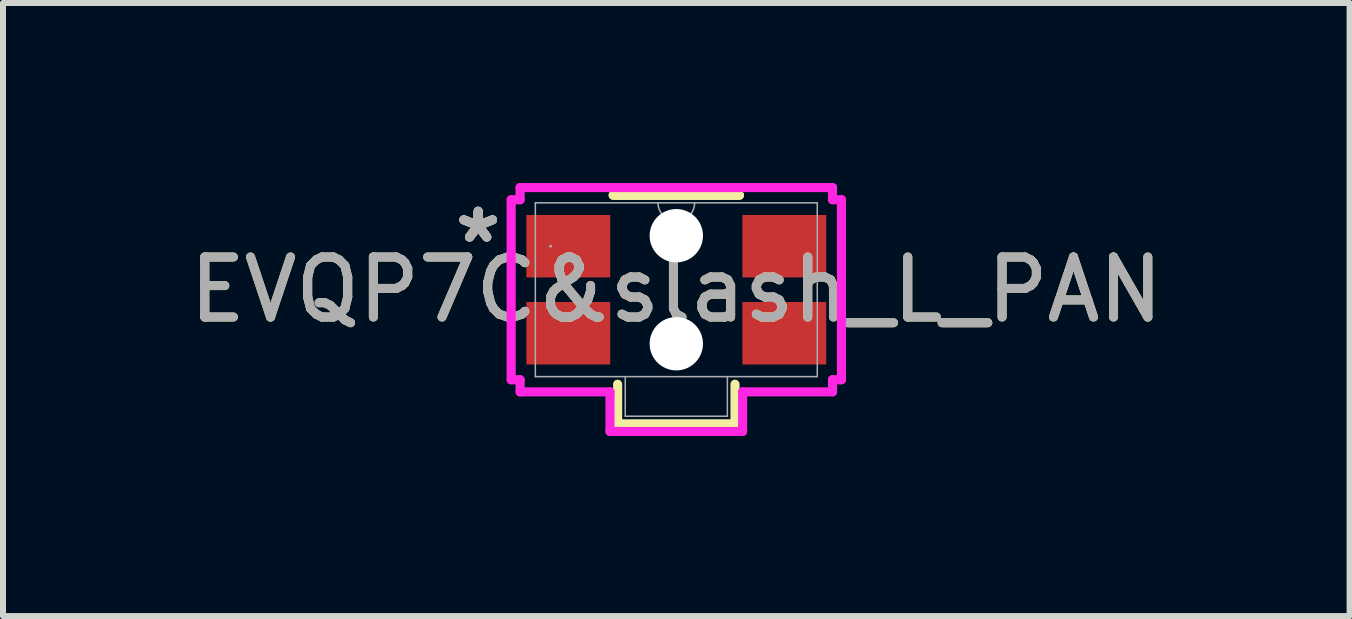
<source format=kicad_pcb>
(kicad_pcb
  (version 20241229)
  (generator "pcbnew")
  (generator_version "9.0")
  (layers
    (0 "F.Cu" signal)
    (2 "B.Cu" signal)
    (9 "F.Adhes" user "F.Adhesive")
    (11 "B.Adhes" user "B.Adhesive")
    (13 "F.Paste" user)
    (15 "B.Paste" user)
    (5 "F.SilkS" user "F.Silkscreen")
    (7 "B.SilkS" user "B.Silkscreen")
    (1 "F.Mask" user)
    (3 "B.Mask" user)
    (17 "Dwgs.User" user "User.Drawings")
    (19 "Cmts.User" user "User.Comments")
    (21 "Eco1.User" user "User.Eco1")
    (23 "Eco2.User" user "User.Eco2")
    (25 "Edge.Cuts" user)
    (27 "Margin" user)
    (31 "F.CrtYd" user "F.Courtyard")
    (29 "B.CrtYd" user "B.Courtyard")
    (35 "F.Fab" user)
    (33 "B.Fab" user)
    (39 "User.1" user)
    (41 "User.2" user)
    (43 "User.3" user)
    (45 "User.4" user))
  (footprint "EVQP7C&slash_L_PAN"
    (layer "F.Cu")
    (at 8.22 1.778)
    (property "Reference" "EVQP7C&slash_L_PAN" (at 0 0 0) (unlocked yes) (layer "F.SilkS") (effects (font (size 1 1) (thickness 0.15))))
    (attr smd)
    (fp_line (start -0.978 1.575) (end -0.978 2.235) (stroke (width 0.152) (type solid)) (layer "F.SilkS"))
    (fp_line (start -0.978 2.235) (end 0.978 2.235) (stroke (width 0.152) (type solid)) (layer "F.SilkS"))
    (fp_line (start 0.978 2.235) (end 0.978 1.575) (stroke (width 0.152) (type solid)) (layer "F.SilkS"))
    (fp_line (start 1.052 -1.575) (end -1.052 -1.575) (stroke (width 0.152) (type solid)) (layer "F.SilkS"))
    (fp_line (start 1.052 -1.575) (end -1.052 -1.575) (stroke (width 0.152) (type solid)) (layer "F.SilkS"))
    (fp_line (start -2.752 -1.5) (end -2.752 1.5) (stroke (width 0.152) (type solid)) (layer "F.CrtYd"))
    (fp_line (start -2.752 1.5) (end -2.603 1.5) (stroke (width 0.152) (type solid)) (layer "F.CrtYd"))
    (fp_line (start -2.603 -1.702) (end -2.603 -1.5) (stroke (width 0.152) (type solid)) (layer "F.CrtYd"))
    (fp_line (start -2.603 -1.5) (end -2.752 -1.5) (stroke (width 0.152) (type solid)) (layer "F.CrtYd"))
    (fp_line (start -2.603 1.5) (end -2.603 1.702) (stroke (width 0.152) (type solid)) (layer "F.CrtYd"))
    (fp_line (start -2.603 1.702) (end -1.105 1.702) (stroke (width 0.152) (type solid)) (layer "F.CrtYd"))
    (fp_line (start -1.105 1.702) (end -1.105 2.362) (stroke (width 0.152) (type solid)) (layer "F.CrtYd"))
    (fp_line (start -1.105 2.362) (end 1.105 2.362) (stroke (width 0.152) (type solid)) (layer "F.CrtYd"))
    (fp_line (start 1.105 1.702) (end 2.603 1.702) (stroke (width 0.152) (type solid)) (layer "F.CrtYd"))
    (fp_line (start 1.105 2.362) (end 1.105 1.702) (stroke (width 0.152) (type solid)) (layer "F.CrtYd"))
    (fp_line (start 2.603 -1.702) (end -2.603 -1.702) (stroke (width 0.152) (type solid)) (layer "F.CrtYd"))
    (fp_line (start 2.603 -1.5) (end 2.603 -1.702) (stroke (width 0.152) (type solid)) (layer "F.CrtYd"))
    (fp_line (start 2.603 1.5) (end 2.752 1.5) (stroke (width 0.152) (type solid)) (layer "F.CrtYd"))
    (fp_line (start 2.603 1.702) (end 2.603 1.5) (stroke (width 0.152) (type solid)) (layer "F.CrtYd"))
    (fp_line (start 2.752 -1.5) (end 2.603 -1.5) (stroke (width 0.152) (type solid)) (layer "F.CrtYd"))
    (fp_line (start 2.752 1.5) (end 2.752 -1.5) (stroke (width 0.152) (type solid)) (layer "F.CrtYd"))
    (fp_line (start -2.349 -1.448) (end -2.349 1.448) (stroke (width 0.025) (type solid)) (layer "F.Fab"))
    (fp_line (start -2.349 1.448) (end 2.349 1.448) (stroke (width 0.025) (type solid)) (layer "F.Fab"))
    (fp_line (start -0.851 2.108) (end -0.851 1.448) (stroke (width 0.025) (type solid)) (layer "F.Fab"))
    (fp_line (start 0.851 1.448) (end 0.851 2.108) (stroke (width 0.025) (type solid)) (layer "F.Fab"))
    (fp_line (start 0.851 2.108) (end -0.851 2.108) (stroke (width 0.025) (type solid)) (layer "F.Fab"))
    (fp_line (start 2.349 -1.448) (end -2.349 -1.448) (stroke (width 0.025) (type solid)) (layer "F.Fab"))
    (fp_line (start 2.349 1.448) (end 2.349 -1.448) (stroke (width 0.025) (type solid)) (layer "F.Fab"))
    (fp_arc (start 0.3048 -1.4478) (mid 0 -1.143) (end -0.3048 -1.4478) (stroke (width 0.0254) (type solid)) (layer "F.Fab"))
    (fp_circle (center -2.095 -0.725) (end -2.095 -0.725) (stroke (width 0.025) (type solid)) (fill no) (layer "F.Fab"))
    (fp_text user "*" (at -3.302 -0.762 0) (layer "F.SilkS") (effects (font (size 1 1) (thickness 0.15))))
    (fp_text user "*" (at -3.302 -0.762 0) (unlocked yes) (layer "F.SilkS") (effects (font (size 1 1) (thickness 0.15))))
    (fp_text user "*" (at -3.302 -0.762 0) (unlocked yes) (layer "B.SilkS") (effects (font (size 1 1) (thickness 0.15))))
    (fp_text user "*" (at -3.302 -0.762 0) (unlocked yes) (layer "F.Fab") (effects (font (size 1 1) (thickness 0.15))))
    (fp_text user "*" (at -3.302 -0.762 0) (layer "F.Fab") (effects (font (size 1 1) (thickness 0.15))))
    (fp_text user "${REFERENCE}" (at 0 0 0) (unlocked yes) (layer "F.Fab") (effects (font (size 1 1) (thickness 0.15))))
    (pad "" np_thru_hole circle (at 0 -0.9) (size 0.889 0.889) (drill 0.889) (layers "*.Cu" "*.Mask"))
    (pad "" np_thru_hole circle (at 0 0.9) (size 0.889 0.889) (drill 0.889) (layers "*.Cu" "*.Mask"))
    (pad "1" smd rect (at -1.8 -0.725) (size 1.397 1.041) (layers "F.Cu" "F.Mask" "F.Paste"))
    (pad "2" smd rect (at -1.8 0.725) (size 1.397 1.041) (layers "F.Cu" "F.Mask" "F.Paste"))
    (pad "3" smd rect (at 1.8 0.725) (size 1.397 1.041) (layers "F.Cu" "F.Mask" "F.Paste"))
    (pad "4" smd rect (at 1.8 -0.725) (size 1.397 1.041) (layers "F.Cu" "F.Mask" "F.Paste")))
  (gr_rect
    (start -3 -3)
    (end 19.44 7.216)
    (stroke (width 0.1) (type default))
    (fill no)
    (layer "Edge.Cuts")))
</source>
